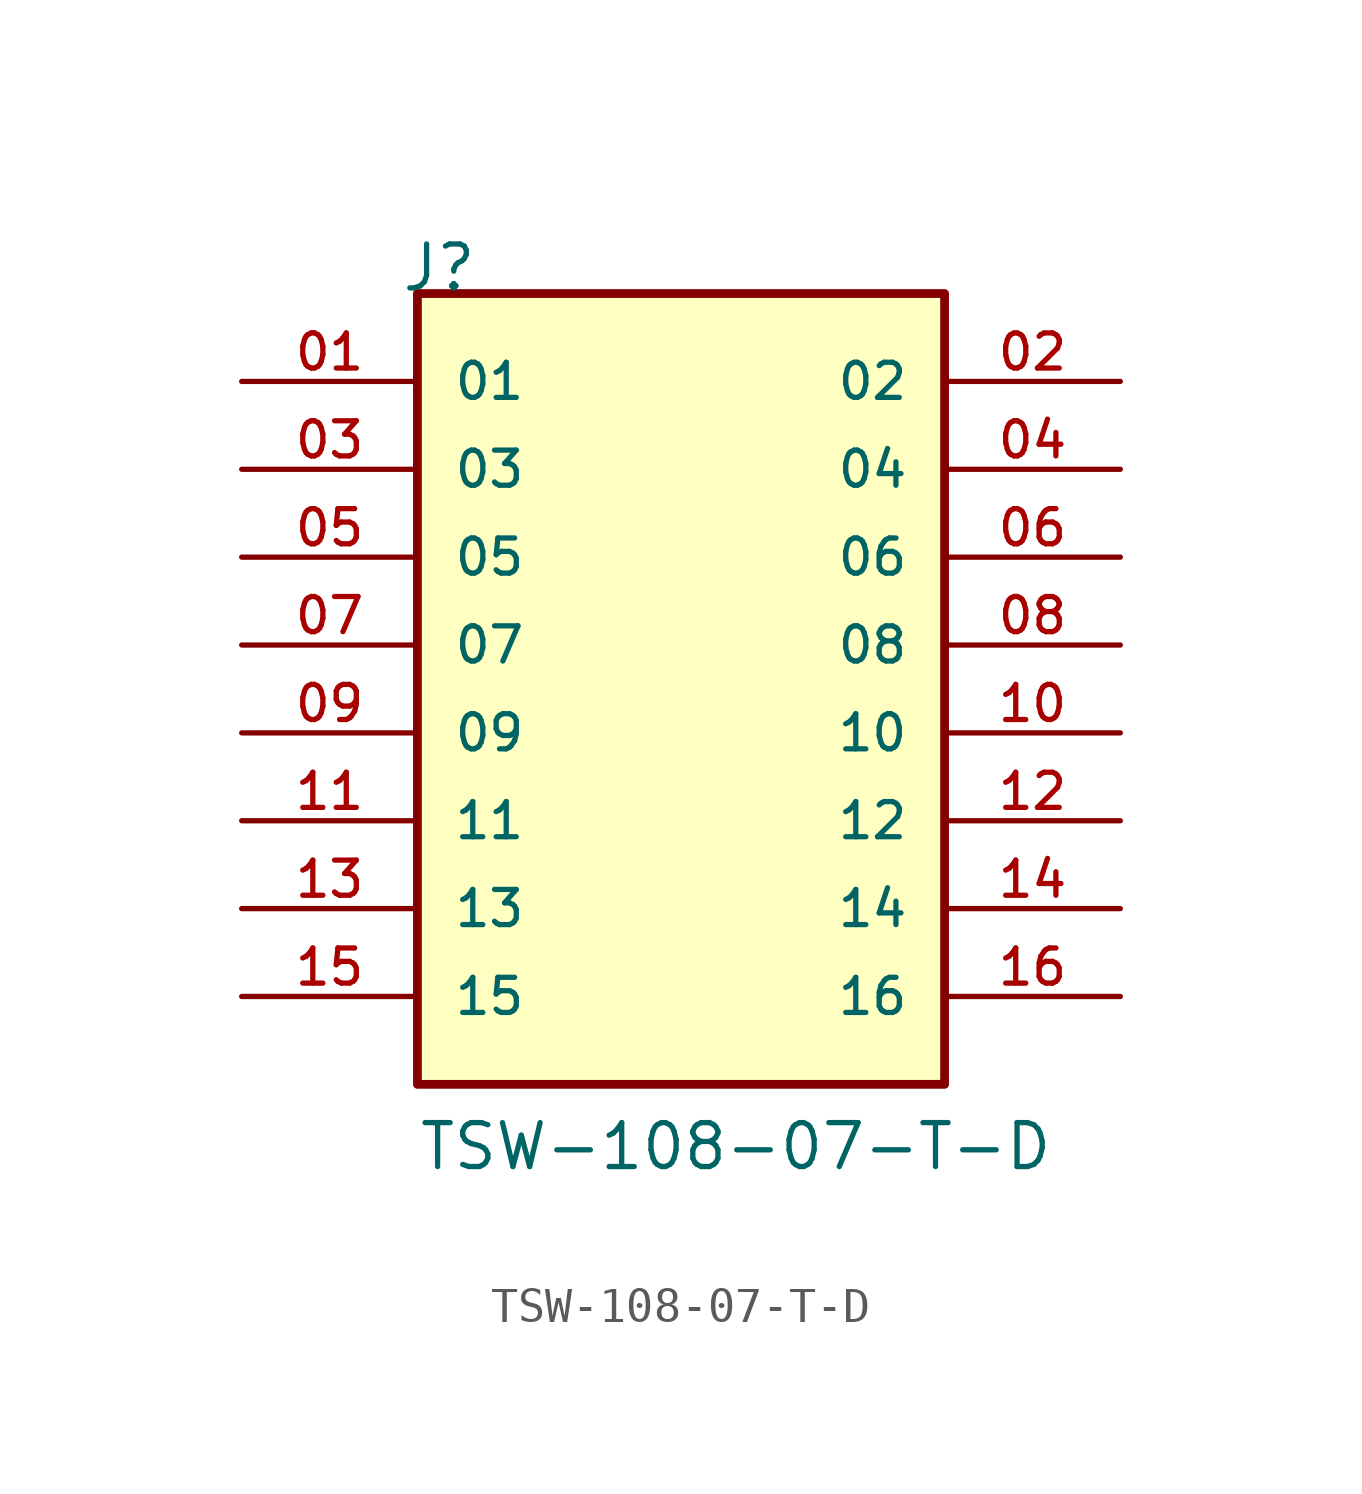
<source format=kicad_sym>
(kicad_symbol_lib
  (version 20220914)
  (generator kicad_symbol_editor)
  (symbol "TSW-108-07-T-D"
    (pin_names
      (offset 1.016))
    (property "Reference" "J"
      (at -8.12 12.7 0)
      (effects (font (size 1.27 1.27)) (justify left bottom)))
    (property "Value" "TSW-108-07-T-D"
      (at -7.62 -12.7 0)
      (effects (font (size 1.27 1.27)) (justify left bottom)))
    (symbol "TSW-108-07-T-D_0_0"
      (rectangle (start -7.62 -10.16) (end 7.62 12.7) (stroke (width 0.254) (type default)) (fill (type background)))
      (pin passive line (at -12.7 10.16 0) (length 5.08) (name "01" (effects (font (size 1.016 1.016)))) (number "01" (effects (font (size 1.016 1.016)))))
      (pin passive line (at 12.7 10.16 180) (length 5.08) (name "02" (effects (font (size 1.016 1.016)))) (number "02" (effects (font (size 1.016 1.016)))))
      (pin passive line (at -12.7 7.62 0) (length 5.08) (name "03" (effects (font (size 1.016 1.016)))) (number "03" (effects (font (size 1.016 1.016)))))
      (pin passive line (at 12.7 7.62 180) (length 5.08) (name "04" (effects (font (size 1.016 1.016)))) (number "04" (effects (font (size 1.016 1.016)))))
      (pin passive line (at -12.7 5.08 0) (length 5.08) (name "05" (effects (font (size 1.016 1.016)))) (number "05" (effects (font (size 1.016 1.016)))))
      (pin passive line (at 12.7 5.08 180) (length 5.08) (name "06" (effects (font (size 1.016 1.016)))) (number "06" (effects (font (size 1.016 1.016)))))
      (pin passive line (at -12.7 2.54 0) (length 5.08) (name "07" (effects (font (size 1.016 1.016)))) (number "07" (effects (font (size 1.016 1.016)))))
      (pin passive line (at 12.7 2.54 180) (length 5.08) (name "08" (effects (font (size 1.016 1.016)))) (number "08" (effects (font (size 1.016 1.016)))))
      (pin passive line (at -12.7 0 0) (length 5.08) (name "09" (effects (font (size 1.016 1.016)))) (number "09" (effects (font (size 1.016 1.016)))))
      (pin passive line (at 12.7 0 180) (length 5.08) (name "10" (effects (font (size 1.016 1.016)))) (number "10" (effects (font (size 1.016 1.016)))))
      (pin passive line (at -12.7 -2.54 0) (length 5.08) (name "11" (effects (font (size 1.016 1.016)))) (number "11" (effects (font (size 1.016 1.016)))))
      (pin passive line (at 12.7 -2.54 180) (length 5.08) (name "12" (effects (font (size 1.016 1.016)))) (number "12" (effects (font (size 1.016 1.016)))))
      (pin passive line (at -12.7 -5.08 0) (length 5.08) (name "13" (effects (font (size 1.016 1.016)))) (number "13" (effects (font (size 1.016 1.016)))))
      (pin passive line (at 12.7 -5.08 180) (length 5.08) (name "14" (effects (font (size 1.016 1.016)))) (number "14" (effects (font (size 1.016 1.016)))))
      (pin passive line (at -12.7 -7.62 0) (length 5.08) (name "15" (effects (font (size 1.016 1.016)))) (number "15" (effects (font (size 1.016 1.016)))))
      (pin passive line (at 12.7 -7.62 180) (length 5.08) (name "16" (effects (font (size 1.016 1.016)))) (number "16" (effects (font (size 1.016 1.016))))))))
</source>
